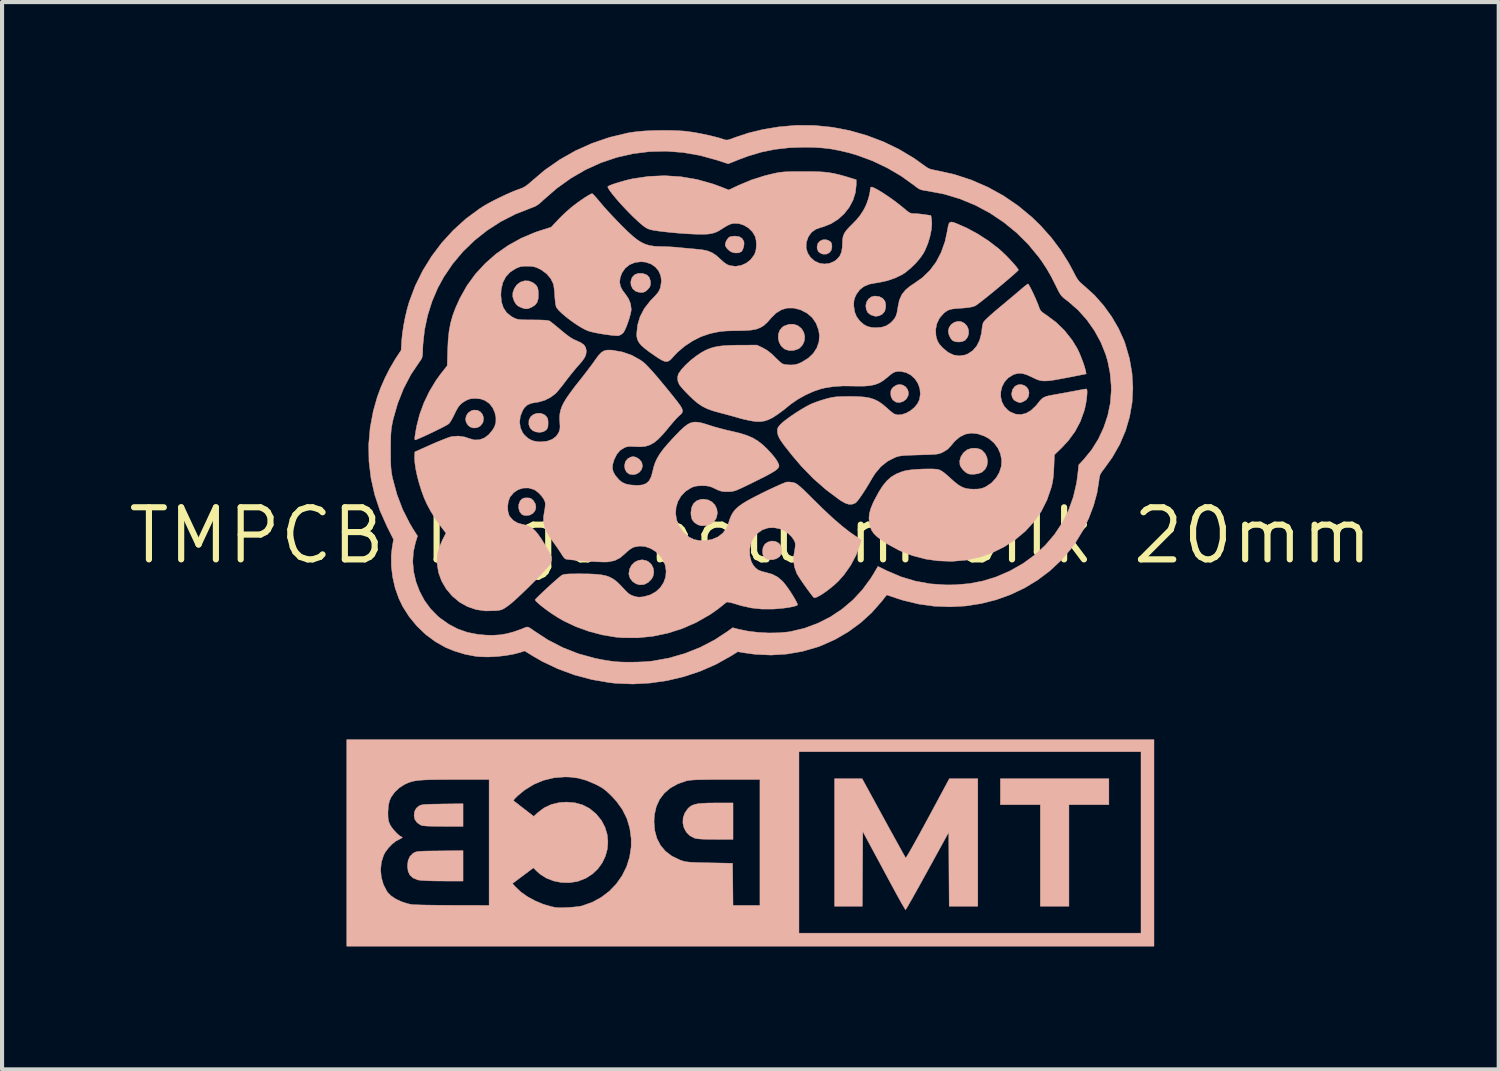
<source format=kicad_pcb>
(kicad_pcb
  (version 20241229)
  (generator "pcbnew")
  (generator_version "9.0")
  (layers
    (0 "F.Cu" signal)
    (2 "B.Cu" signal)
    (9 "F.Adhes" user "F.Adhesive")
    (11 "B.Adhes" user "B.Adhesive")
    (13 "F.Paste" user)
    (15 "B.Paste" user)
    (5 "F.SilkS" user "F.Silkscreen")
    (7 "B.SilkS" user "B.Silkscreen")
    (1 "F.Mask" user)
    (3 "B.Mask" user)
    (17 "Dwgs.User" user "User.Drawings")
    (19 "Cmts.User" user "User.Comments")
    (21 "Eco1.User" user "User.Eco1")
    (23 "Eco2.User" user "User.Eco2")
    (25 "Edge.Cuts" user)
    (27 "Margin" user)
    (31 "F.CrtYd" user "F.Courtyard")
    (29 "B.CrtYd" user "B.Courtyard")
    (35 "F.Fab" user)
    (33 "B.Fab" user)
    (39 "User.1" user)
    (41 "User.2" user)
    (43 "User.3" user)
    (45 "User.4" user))
  (footprint "TMPCB Logo bottom silk 20mm"
    (layer "F.Cu")
    (at 15.247 10.01)
    (property "Reference" "TMPCB Logo bottom silk 20mm" (at 0 0 0) (layer "F.SilkS") (effects (font (size 1.27 1.27) (thickness 0.15))))
    (attr through_hole)
    (fp_poly (pts (xy 8.742 6.562) (xy 7.768 6.562) (xy 7.768 9.038) (xy 7.07 9.038) (xy 7.07 6.562) (xy 6.096 6.562) (xy 6.096 5.927) (xy 8.742 5.927) (xy 8.742 6.562)) (stroke (width 0.01) (type solid)) (fill yes) (layer "B.SilkS"))
    (fp_poly (pts (xy -6.653 -3.056) (xy -6.581 -3.016) (xy -6.53 -2.952) (xy -6.506 -2.872) (xy -6.515 -2.783) (xy -6.529 -2.746) (xy -6.584 -2.674) (xy -6.659 -2.633) (xy -6.744 -2.623) (xy -6.828 -2.647) (xy -6.881 -2.687) (xy -6.93 -2.762) (xy -6.944 -2.844) (xy -6.926 -2.925) (xy -6.879 -2.994) (xy -6.806 -3.044) (xy -6.741 -3.062) (xy -6.653 -3.056)) (stroke (width 0.01) (type solid)) (fill yes) (layer "B.SilkS"))
    (fp_poly (pts (xy 1.912 -7.193) (xy 1.959 -7.161) (xy 1.982 -7.119) (xy 1.989 -7.052) (xy 1.989 -7.042) (xy 1.972 -6.958) (xy 1.924 -6.897) (xy 1.854 -6.864) (xy 1.769 -6.864) (xy 1.724 -6.878) (xy 1.661 -6.922) (xy 1.63 -6.991) (xy 1.626 -7.042) (xy 1.644 -7.12) (xy 1.692 -7.178) (xy 1.762 -7.212) (xy 1.843 -7.216) (xy 1.912 -7.193)) (stroke (width 0.01) (type solid)) (fill yes) (layer "B.SilkS"))
    (fp_poly (pts (xy 0.607 0.14) (xy 0.686 0.18) (xy 0.725 0.221) (xy 0.758 0.298) (xy 0.767 0.386) (xy 0.753 0.454) (xy 0.706 0.518) (xy 0.631 0.564) (xy 0.542 0.589) (xy 0.453 0.589) (xy 0.392 0.568) (xy 0.334 0.523) (xy 0.304 0.462) (xy 0.296 0.382) (xy 0.311 0.281) (xy 0.357 0.206) (xy 0.424 0.159) (xy 0.515 0.132) (xy 0.607 0.14)) (stroke (width 0.01) (type solid)) (fill yes) (layer "B.SilkS"))
    (fp_poly (pts (xy -5.383 -0.916) (xy -5.336 -0.896) (xy -5.29 -0.852) (xy -5.241 -0.77) (xy -5.229 -0.687) (xy -5.25 -0.609) (xy -5.301 -0.544) (xy -5.377 -0.501) (xy -5.465 -0.488) (xy -5.524 -0.496) (xy -5.569 -0.514) (xy -5.623 -0.58) (xy -5.649 -0.665) (xy -5.648 -0.756) (xy -5.617 -0.839) (xy -5.6 -0.861) (xy -5.559 -0.9) (xy -5.511 -0.917) (xy -5.451 -0.921) (xy -5.383 -0.916)) (stroke (width 0.01) (type solid)) (fill yes) (layer "B.SilkS"))
    (fp_poly (pts (xy -2.781 -1.908) (xy -2.711 -1.863) (xy -2.658 -1.801) (xy -2.647 -1.78) (xy -2.631 -1.695) (xy -2.651 -1.617) (xy -2.699 -1.552) (xy -2.768 -1.506) (xy -2.85 -1.485) (xy -2.94 -1.497) (xy -2.956 -1.503) (xy -3.019 -1.549) (xy -3.057 -1.621) (xy -3.068 -1.707) (xy -3.049 -1.796) (xy -3.039 -1.817) (xy -2.985 -1.879) (xy -2.908 -1.918) (xy -2.851 -1.926) (xy -2.781 -1.908)) (stroke (width 0.01) (type solid)) (fill yes) (layer "B.SilkS"))
    (fp_poly (pts (xy 3.722 -3.668) (xy 3.785 -3.627) (xy 3.831 -3.568) (xy 3.854 -3.497) (xy 3.849 -3.418) (xy 3.808 -3.34) (xy 3.794 -3.323) (xy 3.723 -3.27) (xy 3.64 -3.245) (xy 3.558 -3.253) (xy 3.545 -3.258) (xy 3.472 -3.309) (xy 3.431 -3.388) (xy 3.422 -3.464) (xy 3.427 -3.532) (xy 3.448 -3.579) (xy 3.489 -3.623) (xy 3.568 -3.672) (xy 3.648 -3.685) (xy 3.722 -3.668)) (stroke (width 0.01) (type solid)) (fill yes) (layer "B.SilkS"))
    (fp_poly (pts (xy -2.535 0.611) (xy -2.487 0.635) (xy -2.413 0.704) (xy -2.368 0.794) (xy -2.354 0.894) (xy -2.374 0.993) (xy -2.408 1.057) (xy -2.493 1.143) (xy -2.59 1.192) (xy -2.695 1.201) (xy -2.784 1.177) (xy -2.872 1.119) (xy -2.934 1.039) (xy -2.962 0.946) (xy -2.963 0.924) (xy -2.945 0.814) (xy -2.896 0.721) (xy -2.824 0.65) (xy -2.734 0.605) (xy -2.636 0.59) (xy -2.535 0.611)) (stroke (width 0.01) (type solid)) (fill yes) (layer "B.SilkS"))
    (fp_poly (pts (xy 5.134 -5.219) (xy 5.219 -5.179) (xy 5.281 -5.111) (xy 5.317 -5.028) (xy 5.324 -4.937) (xy 5.302 -4.849) (xy 5.247 -4.774) (xy 5.233 -4.762) (xy 5.166 -4.731) (xy 5.081 -4.72) (xy 4.995 -4.729) (xy 4.934 -4.755) (xy 4.883 -4.811) (xy 4.844 -4.891) (xy 4.826 -4.977) (xy 4.826 -4.989) (xy 4.846 -5.075) (xy 4.897 -5.148) (xy 4.972 -5.2) (xy 5.059 -5.225) (xy 5.134 -5.219)) (stroke (width 0.01) (type solid)) (fill yes) (layer "B.SilkS"))
    (fp_poly (pts (xy -1.03 -0.87) (xy -0.935 -0.82) (xy -0.863 -0.744) (xy -0.818 -0.651) (xy -0.804 -0.547) (xy -0.827 -0.439) (xy -0.844 -0.402) (xy -0.908 -0.324) (xy -0.997 -0.269) (xy -1.101 -0.24) (xy -1.206 -0.241) (xy -1.29 -0.269) (xy -1.373 -0.327) (xy -1.424 -0.399) (xy -1.447 -0.496) (xy -1.45 -0.559) (xy -1.433 -0.684) (xy -1.386 -0.781) (xy -1.311 -0.848) (xy -1.209 -0.884) (xy -1.143 -0.889) (xy -1.03 -0.87)) (stroke (width 0.01) (type solid)) (fill yes) (layer "B.SilkS"))
    (fp_poly (pts (xy 1.159 -5.119) (xy 1.246 -5.048) (xy 1.303 -4.955) (xy 1.326 -4.852) (xy 1.316 -4.748) (xy 1.275 -4.653) (xy 1.206 -4.577) (xy 1.163 -4.55) (xy 1.055 -4.515) (xy 0.945 -4.512) (xy 0.845 -4.544) (xy 0.823 -4.557) (xy 0.748 -4.628) (xy 0.7 -4.719) (xy 0.679 -4.819) (xy 0.685 -4.919) (xy 0.719 -5.01) (xy 0.78 -5.083) (xy 0.82 -5.109) (xy 0.94 -5.152) (xy 1.055 -5.155) (xy 1.159 -5.119)) (stroke (width 0.01) (type solid)) (fill yes) (layer "B.SilkS"))
    (fp_poly (pts (xy 3.146 -5.827) (xy 3.229 -5.783) (xy 3.283 -5.713) (xy 3.302 -5.619) (xy 3.302 -5.615) (xy 3.295 -5.542) (xy 3.278 -5.477) (xy 3.272 -5.464) (xy 3.217 -5.4) (xy 3.139 -5.359) (xy 3.054 -5.347) (xy 3.037 -5.35) (xy 2.933 -5.383) (xy 2.862 -5.44) (xy 2.824 -5.524) (xy 2.815 -5.61) (xy 2.834 -5.696) (xy 2.882 -5.771) (xy 2.952 -5.822) (xy 3.034 -5.842) (xy 3.034 -5.842) (xy 3.146 -5.827)) (stroke (width 0.01) (type solid)) (fill yes) (layer "B.SilkS"))
    (fp_poly (pts (xy 6.678 -3.662) (xy 6.741 -3.617) (xy 6.782 -3.549) (xy 6.795 -3.478) (xy 6.777 -3.382) (xy 6.724 -3.309) (xy 6.655 -3.268) (xy 6.607 -3.249) (xy 6.58 -3.24) (xy 6.578 -3.24) (xy 6.556 -3.247) (xy 6.51 -3.26) (xy 6.504 -3.262) (xy 6.431 -3.303) (xy 6.386 -3.369) (xy 6.37 -3.452) (xy 6.388 -3.545) (xy 6.403 -3.578) (xy 6.457 -3.644) (xy 6.527 -3.678) (xy 6.604 -3.684) (xy 6.678 -3.662)) (stroke (width 0.01) (type solid)) (fill yes) (layer "B.SilkS"))
    (fp_poly (pts (xy -5.034 -2.954) (xy -4.994 -2.923) (xy -4.957 -2.88) (xy -4.938 -2.836) (xy -4.932 -2.773) (xy -4.932 -2.742) (xy -4.935 -2.666) (xy -4.95 -2.616) (xy -4.979 -2.576) (xy -4.984 -2.571) (xy -5.05 -2.532) (xy -5.136 -2.517) (xy -5.229 -2.528) (xy -5.306 -2.56) (xy -5.369 -2.622) (xy -5.402 -2.706) (xy -5.4 -2.804) (xy -5.394 -2.827) (xy -5.354 -2.902) (xy -5.287 -2.954) (xy -5.204 -2.982) (xy -5.116 -2.983) (xy -5.034 -2.954)) (stroke (width 0.01) (type solid)) (fill yes) (layer "B.SilkS"))
    (fp_poly (pts (xy -2.621 -6.392) (xy -2.615 -6.39) (xy -2.524 -6.356) (xy -2.464 -6.293) (xy -2.436 -6.203) (xy -2.434 -6.167) (xy -2.44 -6.099) (xy -2.462 -6.049) (xy -2.506 -5.999) (xy -2.563 -5.951) (xy -2.616 -5.93) (xy -2.66 -5.928) (xy -2.731 -5.937) (xy -2.794 -5.957) (xy -2.799 -5.96) (xy -2.869 -6.02) (xy -2.909 -6.101) (xy -2.916 -6.193) (xy -2.888 -6.286) (xy -2.879 -6.302) (xy -2.818 -6.364) (xy -2.731 -6.395) (xy -2.621 -6.392)) (stroke (width 0.01) (type solid)) (fill yes) (layer "B.SilkS"))
    (fp_poly (pts (xy -0.266 -7.287) (xy -0.197 -7.242) (xy -0.157 -7.167) (xy -0.156 -7.162) (xy -0.154 -7.102) (xy -0.167 -7.029) (xy -0.192 -6.962) (xy -0.219 -6.924) (xy -0.281 -6.896) (xy -0.362 -6.891) (xy -0.442 -6.907) (xy -0.51 -6.945) (xy -0.568 -7) (xy -0.606 -7.058) (xy -0.614 -7.093) (xy -0.6 -7.156) (xy -0.566 -7.222) (xy -0.522 -7.272) (xy -0.509 -7.281) (xy -0.464 -7.294) (xy -0.397 -7.302) (xy -0.365 -7.303) (xy -0.266 -7.287)) (stroke (width 0.01) (type solid)) (fill yes) (layer "B.SilkS"))
    (fp_poly (pts (xy -7.006 7.091) (xy -7.488 7.09) (xy -7.662 7.089) (xy -7.798 7.086) (xy -7.9 7.082) (xy -7.973 7.075) (xy -8.019 7.066) (xy -8.033 7.061) (xy -8.125 7.001) (xy -8.181 6.921) (xy -8.2 6.83) (xy -8.188 6.725) (xy -8.144 6.645) (xy -8.079 6.592) (xy -8.054 6.579) (xy -8.023 6.569) (xy -7.981 6.561) (xy -7.923 6.555) (xy -7.841 6.551) (xy -7.732 6.548) (xy -7.588 6.546) (xy -7.509 6.544) (xy -7.006 6.538) (xy -7.006 7.091)) (stroke (width 0.01) (type solid)) (fill yes) (layer "B.SilkS"))
    (fp_poly (pts (xy -0.423 7.408) (xy -0.852 7.407) (xy -1.023 7.406) (xy -1.155 7.402) (xy -1.254 7.396) (xy -1.324 7.387) (xy -1.362 7.377) (xy -1.476 7.317) (xy -1.562 7.23) (xy -1.619 7.124) (xy -1.646 7.007) (xy -1.64 6.885) (xy -1.6 6.767) (xy -1.525 6.659) (xy -1.518 6.651) (xy -1.472 6.61) (xy -1.42 6.578) (xy -1.355 6.554) (xy -1.273 6.537) (xy -1.167 6.527) (xy -1.031 6.521) (xy -0.86 6.519) (xy -0.832 6.519) (xy -0.423 6.519) (xy -0.423 7.408)) (stroke (width 0.01) (type solid)) (fill yes) (layer "B.SilkS"))
    (fp_poly (pts (xy 5.599 -2.108) (xy 5.648 -2.08) (xy 5.723 -2.002) (xy 5.768 -1.907) (xy 5.784 -1.805) (xy 5.769 -1.706) (xy 5.724 -1.617) (xy 5.65 -1.549) (xy 5.64 -1.543) (xy 5.554 -1.511) (xy 5.45 -1.495) (xy 5.35 -1.499) (xy 5.32 -1.505) (xy 5.256 -1.539) (xy 5.19 -1.598) (xy 5.137 -1.667) (xy 5.11 -1.726) (xy 5.105 -1.826) (xy 5.135 -1.927) (xy 5.195 -2.018) (xy 5.278 -2.088) (xy 5.295 -2.097) (xy 5.394 -2.129) (xy 5.5 -2.132) (xy 5.599 -2.108)) (stroke (width 0.01) (type solid)) (fill yes) (layer "B.SilkS"))
    (fp_poly (pts (xy -7.006 8.424) (xy -7.509 8.423) (xy -7.716 8.421) (xy -7.881 8.416) (xy -8.005 8.409) (xy -8.088 8.4) (xy -8.112 8.394) (xy -8.223 8.349) (xy -8.3 8.281) (xy -8.345 8.187) (xy -8.361 8.064) (xy -8.361 8.053) (xy -8.346 7.924) (xy -8.302 7.824) (xy -8.228 7.75) (xy -8.216 7.742) (xy -8.191 7.728) (xy -8.165 7.716) (xy -8.132 7.708) (xy -8.088 7.701) (xy -8.025 7.697) (xy -7.94 7.693) (xy -7.827 7.691) (xy -7.68 7.689) (xy -7.572 7.688) (xy -7.006 7.681) (xy -7.006 8.424)) (stroke (width 0.01) (type solid)) (fill yes) (layer "B.SilkS"))
    (fp_poly (pts (xy -5.402 -6.209) (xy -5.303 -6.169) (xy -5.237 -6.116) (xy -5.204 -6.076) (xy -5.185 -6.035) (xy -5.174 -5.979) (xy -5.169 -5.899) (xy -5.173 -5.778) (xy -5.2 -5.687) (xy -5.254 -5.619) (xy -5.337 -5.567) (xy -5.34 -5.566) (xy -5.41 -5.537) (xy -5.464 -5.528) (xy -5.521 -5.538) (xy -5.572 -5.555) (xy -5.652 -5.59) (xy -5.707 -5.635) (xy -5.751 -5.704) (xy -5.759 -5.718) (xy -5.794 -5.823) (xy -5.791 -5.928) (xy -5.756 -6.025) (xy -5.69 -6.12) (xy -5.603 -6.183) (xy -5.505 -6.213) (xy -5.402 -6.209)) (stroke (width 0.01) (type solid)) (fill yes) (layer "B.SilkS"))
    (fp_poly (pts (xy 3.248 6.884) (xy 3.349 7.07) (xy 3.445 7.244) (xy 3.533 7.404) (xy 3.611 7.545) (xy 3.677 7.664) (xy 3.729 7.759) (xy 3.766 7.824) (xy 3.785 7.856) (xy 3.787 7.859) (xy 3.8 7.845) (xy 3.831 7.796) (xy 3.878 7.716) (xy 3.939 7.61) (xy 4.012 7.479) (xy 4.096 7.328) (xy 4.188 7.16) (xy 4.286 6.979) (xy 4.328 6.902) (xy 4.852 5.927) (xy 5.546 5.927) (xy 5.546 9.038) (xy 4.848 9.038) (xy 4.842 8.136) (xy 4.837 7.233) (xy 4.318 8.178) (xy 4.217 8.361) (xy 4.122 8.533) (xy 4.035 8.689) (xy 3.958 8.827) (xy 3.892 8.942) (xy 3.841 9.032) (xy 3.805 9.093) (xy 3.787 9.121) (xy 3.785 9.122) (xy 3.771 9.105) (xy 3.741 9.055) (xy 3.696 8.979) (xy 3.642 8.883) (xy 3.58 8.771) (xy 3.561 8.737) (xy 3.494 8.612) (xy 3.411 8.459) (xy 3.319 8.289) (xy 3.223 8.11) (xy 3.128 7.933) (xy 3.047 7.783) (xy 2.741 7.215) (xy 2.73 9.038) (xy 2.053 9.038) (xy 2.053 5.927) (xy 2.725 5.927) (xy 3.248 6.884)) (stroke (width 0.01) (type solid)) (fill yes) (layer "B.SilkS"))
    (fp_poly (pts (xy 9.842 10.012) (xy -9.842 10.012) (xy -9.842 8.146) (xy -9.016 8.146) (xy -8.999 8.331) (xy -8.948 8.509) (xy -8.864 8.671) (xy -8.84 8.705) (xy -8.759 8.786) (xy -8.646 8.862) (xy -8.508 8.926) (xy -8.356 8.975) (xy -8.26 8.995) (xy -8.217 8.999) (xy -8.138 9.002) (xy -8.026 9.006) (xy -7.886 9.009) (xy -7.725 9.011) (xy -7.546 9.013) (xy -7.355 9.014) (xy -7.265 9.015) (xy -6.371 9.017) (xy -6.371 8.484) (xy -5.802 8.484) (xy -5.735 8.559) (xy -5.602 8.686) (xy -5.437 8.803) (xy -5.248 8.906) (xy -5.047 8.99) (xy -4.842 9.049) (xy -4.752 9.067) (xy -4.678 9.073) (xy -4.574 9.073) (xy -4.455 9.068) (xy -4.332 9.06) (xy -4.218 9.048) (xy -4.127 9.034) (xy -4.097 9.026) (xy -3.855 8.94) (xy -3.635 8.82) (xy -3.438 8.67) (xy -3.268 8.493) (xy -3.128 8.293) (xy -3.019 8.075) (xy -2.945 7.84) (xy -2.907 7.595) (xy -2.906 7.388) (xy -2.941 7.134) (xy -2.989 6.972) (xy -2.349 6.972) (xy -2.332 7.189) (xy -2.28 7.382) (xy -2.193 7.551) (xy -2.073 7.694) (xy -1.918 7.813) (xy -1.729 7.905) (xy -1.691 7.92) (xy -1.647 7.934) (xy -1.602 7.946) (xy -1.552 7.955) (xy -1.49 7.962) (xy -1.409 7.967) (xy -1.305 7.972) (xy -1.17 7.975) (xy -0.999 7.979) (xy -0.995 7.979) (xy -0.434 7.99) (xy -0.428 8.504) (xy -0.423 9.017) (xy 0.233 9.017) (xy 0.233 5.948) (xy -0.599 5.948) (xy -0.819 5.948) (xy -1.002 5.949) (xy -1.151 5.951) (xy -1.27 5.953) (xy -1.364 5.957) (xy -1.438 5.962) (xy -1.495 5.968) (xy -1.539 5.976) (xy -1.557 5.98) (xy -1.769 6.053) (xy -1.95 6.154) (xy -2.098 6.28) (xy -2.213 6.432) (xy -2.294 6.608) (xy -2.339 6.807) (xy -2.349 6.972) (xy -2.989 6.972) (xy -3.011 6.899) (xy -3.12 6.68) (xy -3.268 6.475) (xy -3.376 6.358) (xy -3.465 6.271) (xy -3.538 6.207) (xy -3.607 6.156) (xy -3.686 6.11) (xy -3.786 6.059) (xy -3.79 6.057) (xy -3.997 5.97) (xy -4.196 5.914) (xy -4.4 5.888) (xy -4.519 5.884) (xy -4.786 5.905) (xy -5.04 5.966) (xy -5.281 6.066) (xy -5.506 6.205) (xy -5.672 6.342) (xy -5.726 6.395) (xy -5.764 6.437) (xy -5.779 6.46) (xy -5.779 6.461) (xy -5.759 6.477) (xy -5.712 6.513) (xy -5.644 6.566) (xy -5.561 6.631) (xy -5.524 6.659) (xy -5.281 6.847) (xy -5.187 6.759) (xy -5.03 6.639) (xy -4.853 6.556) (xy -4.655 6.509) (xy -4.487 6.498) (xy -4.278 6.515) (xy -4.092 6.566) (xy -3.924 6.653) (xy -3.771 6.778) (xy -3.759 6.79) (xy -3.633 6.944) (xy -3.545 7.111) (xy -3.492 7.287) (xy -3.474 7.466) (xy -3.488 7.644) (xy -3.535 7.816) (xy -3.612 7.978) (xy -3.718 8.125) (xy -3.851 8.251) (xy -4.011 8.354) (xy -4.197 8.427) (xy -4.224 8.434) (xy -4.414 8.464) (xy -4.608 8.459) (xy -4.797 8.421) (xy -4.974 8.352) (xy -5.129 8.254) (xy -5.195 8.196) (xy -5.291 8.101) (xy -5.546 8.293) (xy -5.802 8.484) (xy -6.371 8.484) (xy -6.371 5.948) (xy -7.202 5.948) (xy -7.437 5.949) (xy -7.634 5.95) (xy -7.797 5.953) (xy -7.932 5.957) (xy -8.043 5.964) (xy -8.134 5.974) (xy -8.21 5.987) (xy -8.276 6.004) (xy -8.336 6.024) (xy -8.394 6.05) (xy -8.44 6.072) (xy -8.563 6.152) (xy -8.673 6.256) (xy -8.758 6.374) (xy -8.798 6.462) (xy -8.825 6.576) (xy -8.836 6.722) (xy -8.837 6.763) (xy -8.835 6.861) (xy -8.828 6.932) (xy -8.813 6.988) (xy -8.788 7.046) (xy -8.78 7.062) (xy -8.742 7.12) (xy -8.689 7.186) (xy -8.63 7.25) (xy -8.573 7.303) (xy -8.527 7.337) (xy -8.506 7.345) (xy -8.486 7.353) (xy -8.498 7.371) (xy -8.535 7.394) (xy -8.562 7.406) (xy -8.647 7.451) (xy -8.738 7.525) (xy -8.826 7.617) (xy -8.901 7.716) (xy -8.943 7.793) (xy -8.997 7.964) (xy -9.016 8.146) (xy -9.842 8.146) (xy -9.842 5.271) (xy 1.185 5.271) (xy 1.185 9.694) (xy 9.525 9.694) (xy 9.525 5.271) (xy 1.185 5.271) (xy -9.842 5.271) (xy -9.842 4.974) (xy 9.842 4.974) (xy 9.842 10.012)) (stroke (width 0.01) (type solid)) (fill yes) (layer "B.SilkS"))
    (fp_poly (pts (xy 1.567 -10.001) (xy 1.994 -9.958) (xy 2.419 -9.877) (xy 2.836 -9.758) (xy 3.241 -9.605) (xy 3.628 -9.418) (xy 3.994 -9.199) (xy 4.235 -9.026) (xy 4.299 -8.98) (xy 4.355 -8.949) (xy 4.42 -8.927) (xy 4.506 -8.909) (xy 4.548 -8.901) (xy 4.976 -8.806) (xy 5.391 -8.67) (xy 5.79 -8.497) (xy 6.171 -8.287) (xy 6.531 -8.041) (xy 6.868 -7.761) (xy 7.08 -7.554) (xy 7.339 -7.264) (xy 7.563 -6.966) (xy 7.762 -6.648) (xy 7.883 -6.422) (xy 7.934 -6.324) (xy 7.977 -6.252) (xy 8.02 -6.196) (xy 8.074 -6.144) (xy 8.146 -6.083) (xy 8.151 -6.079) (xy 8.39 -5.863) (xy 8.61 -5.614) (xy 8.808 -5.341) (xy 8.977 -5.052) (xy 9.111 -4.756) (xy 9.139 -4.678) (xy 9.244 -4.318) (xy 9.306 -3.957) (xy 9.327 -3.598) (xy 9.308 -3.244) (xy 9.247 -2.895) (xy 9.147 -2.555) (xy 9.006 -2.225) (xy 8.826 -1.909) (xy 8.625 -1.63) (xy 8.57 -1.558) (xy 8.536 -1.503) (xy 8.517 -1.45) (xy 8.505 -1.385) (xy 8.501 -1.341) (xy 8.453 -1.042) (xy 8.369 -0.734) (xy 8.253 -0.427) (xy 8.109 -0.128) (xy 7.938 0.154) (xy 7.818 0.322) (xy 7.572 0.607) (xy 7.299 0.862) (xy 7.001 1.086) (xy 6.682 1.279) (xy 6.344 1.439) (xy 5.991 1.566) (xy 5.625 1.658) (xy 5.25 1.716) (xy 4.869 1.737) (xy 4.485 1.722) (xy 4.102 1.669) (xy 3.721 1.577) (xy 3.563 1.527) (xy 3.325 1.446) (xy 3.196 1.61) (xy 2.957 1.881) (xy 2.686 2.127) (xy 2.388 2.345) (xy 2.068 2.531) (xy 1.731 2.682) (xy 1.629 2.719) (xy 1.262 2.825) (xy 0.886 2.889) (xy 0.503 2.913) (xy 0.116 2.895) (xy -0.18 2.854) (xy -0.307 2.831) (xy -0.487 2.943) (xy -0.845 3.142) (xy -1.226 3.308) (xy -1.624 3.44) (xy -2.034 3.537) (xy -2.45 3.596) (xy -2.868 3.619) (xy -3.281 3.602) (xy -3.438 3.585) (xy -3.869 3.51) (xy -4.288 3.398) (xy -4.693 3.249) (xy -5.076 3.067) (xy -5.296 2.94) (xy -5.505 2.812) (xy -5.605 2.846) (xy -5.776 2.891) (xy -5.975 2.926) (xy -6.186 2.949) (xy -6.397 2.959) (xy -6.593 2.954) (xy -6.695 2.944) (xy -6.957 2.894) (xy -7.219 2.814) (xy -7.424 2.731) (xy -7.677 2.589) (xy -7.915 2.413) (xy -8.131 2.206) (xy -8.321 1.975) (xy -8.479 1.726) (xy -8.574 1.527) (xy -8.663 1.274) (xy -8.723 1.009) (xy -8.755 0.742) (xy -8.757 0.484) (xy -8.734 0.284) (xy -8.701 0.093) (xy -8.855 -0.213) (xy -9.029 -0.602) (xy -9.161 -0.999) (xy -9.251 -1.401) (xy -9.3 -1.807) (xy -9.305 -2.085) (xy -8.772 -2.085) (xy -8.772 -1.923) (xy -8.77 -1.795) (xy -8.766 -1.692) (xy -8.759 -1.607) (xy -8.749 -1.53) (xy -8.736 -1.453) (xy -8.724 -1.397) (xy -8.619 -1.008) (xy -8.479 -0.638) (xy -8.303 -0.291) (xy -8.23 -0.169) (xy -8.116 0.011) (xy -8.166 0.17) (xy -8.218 0.4) (xy -8.232 0.64) (xy -8.21 0.884) (xy -8.154 1.126) (xy -8.065 1.36) (xy -7.947 1.582) (xy -7.799 1.784) (xy -7.625 1.962) (xy -7.567 2.011) (xy -7.351 2.163) (xy -7.13 2.279) (xy -6.897 2.36) (xy -6.644 2.409) (xy -6.445 2.427) (xy -6.265 2.43) (xy -6.1 2.419) (xy -5.94 2.392) (xy -5.772 2.347) (xy -5.586 2.281) (xy -5.49 2.242) (xy -5.456 2.23) (xy -5.426 2.23) (xy -5.39 2.244) (xy -5.339 2.277) (xy -5.278 2.321) (xy -4.934 2.545) (xy -4.571 2.732) (xy -4.191 2.881) (xy -3.794 2.99) (xy -3.61 3.027) (xy -3.504 3.045) (xy -3.403 3.06) (xy -3.321 3.071) (xy -3.281 3.075) (xy -3.127 3.084) (xy -2.952 3.086) (xy -2.769 3.084) (xy -2.594 3.077) (xy -2.44 3.065) (xy -2.383 3.058) (xy -1.984 2.986) (xy -1.596 2.874) (xy -1.223 2.726) (xy -0.87 2.542) (xy -0.57 2.346) (xy -0.431 2.246) (xy -0.274 2.286) (xy -0.052 2.331) (xy 0.192 2.36) (xy 0.442 2.374) (xy 0.687 2.37) (xy 0.912 2.35) (xy 0.979 2.34) (xy 1.318 2.259) (xy 1.642 2.139) (xy 1.949 1.984) (xy 2.235 1.794) (xy 2.497 1.572) (xy 2.732 1.32) (xy 2.937 1.041) (xy 3.002 0.936) (xy 3.111 0.75) (xy 3.334 0.86) (xy 3.675 1.005) (xy 4.025 1.11) (xy 4.388 1.176) (xy 4.765 1.202) (xy 4.995 1.2) (xy 5.343 1.17) (xy 5.67 1.107) (xy 5.988 1.009) (xy 6.304 0.873) (xy 6.339 0.856) (xy 6.654 0.677) (xy 6.939 0.469) (xy 7.194 0.233) (xy 7.416 -0.027) (xy 7.604 -0.31) (xy 7.757 -0.615) (xy 7.874 -0.94) (xy 7.954 -1.281) (xy 7.982 -1.487) (xy 8.007 -1.725) (xy 8.134 -1.862) (xy 8.324 -2.095) (xy 8.486 -2.355) (xy 8.616 -2.635) (xy 8.714 -2.928) (xy 8.776 -3.228) (xy 8.8 -3.529) (xy 8.798 -3.662) (xy 8.77 -3.969) (xy 8.713 -4.253) (xy 8.664 -4.419) (xy 8.545 -4.715) (xy 8.39 -4.998) (xy 8.205 -5.261) (xy 7.993 -5.498) (xy 7.759 -5.703) (xy 7.74 -5.718) (xy 7.668 -5.772) (xy 7.616 -5.816) (xy 7.576 -5.86) (xy 7.541 -5.912) (xy 7.503 -5.982) (xy 7.455 -6.08) (xy 7.449 -6.093) (xy 7.336 -6.316) (xy 7.223 -6.512) (xy 7.101 -6.697) (xy 7.039 -6.783) (xy 6.78 -7.098) (xy 6.493 -7.384) (xy 6.179 -7.64) (xy 5.843 -7.865) (xy 5.488 -8.055) (xy 5.117 -8.209) (xy 4.733 -8.325) (xy 4.339 -8.401) (xy 4.325 -8.403) (xy 4.232 -8.417) (xy 4.166 -8.432) (xy 4.113 -8.454) (xy 4.059 -8.49) (xy 3.992 -8.542) (xy 3.68 -8.766) (xy 3.339 -8.966) (xy 2.98 -9.137) (xy 2.612 -9.273) (xy 2.413 -9.332) (xy 2.187 -9.386) (xy 1.98 -9.426) (xy 1.777 -9.451) (xy 1.562 -9.466) (xy 1.32 -9.47) (xy 1.312 -9.47) (xy 0.947 -9.458) (xy 0.605 -9.419) (xy 0.275 -9.352) (xy -0.052 -9.255) (xy -0.285 -9.168) (xy -0.54 -9.066) (xy -0.815 -9.156) (xy -1.229 -9.27) (xy -1.642 -9.342) (xy -2.054 -9.373) (xy -2.462 -9.363) (xy -2.864 -9.312) (xy -3.258 -9.222) (xy -3.643 -9.092) (xy -4.016 -8.923) (xy -4.375 -8.715) (xy -4.719 -8.469) (xy -5.045 -8.186) (xy -5.08 -8.153) (xy -5.159 -8.083) (xy -5.235 -8.034) (xy -5.329 -7.995) (xy -5.355 -7.986) (xy -5.731 -7.838) (xy -6.087 -7.656) (xy -6.42 -7.441) (xy -6.728 -7.197) (xy -7.009 -6.925) (xy -7.258 -6.628) (xy -7.475 -6.308) (xy -7.62 -6.043) (xy -7.761 -5.714) (xy -7.87 -5.368) (xy -7.945 -5.014) (xy -7.983 -4.663) (xy -7.987 -4.58) (xy -7.99 -4.475) (xy -7.995 -4.403) (xy -8.003 -4.352) (xy -8.018 -4.313) (xy -8.042 -4.275) (xy -8.069 -4.238) (xy -8.278 -3.926) (xy -8.455 -3.588) (xy -8.599 -3.226) (xy -8.709 -2.842) (xy -8.724 -2.773) (xy -8.74 -2.692) (xy -8.753 -2.616) (xy -8.761 -2.537) (xy -8.767 -2.447) (xy -8.77 -2.338) (xy -8.772 -2.2) (xy -8.772 -2.085) (xy -9.305 -2.085) (xy -9.307 -2.216) (xy -9.272 -2.627) (xy -9.195 -3.037) (xy -9.099 -3.376) (xy -9.015 -3.604) (xy -8.91 -3.843) (xy -8.791 -4.078) (xy -8.667 -4.29) (xy -8.642 -4.329) (xy -8.516 -4.52) (xy -8.503 -4.743) (xy -8.486 -4.92) (xy -8.456 -5.121) (xy -8.415 -5.332) (xy -8.366 -5.537) (xy -8.317 -5.705) (xy -8.173 -6.088) (xy -7.99 -6.458) (xy -7.773 -6.81) (xy -7.524 -7.14) (xy -7.245 -7.445) (xy -6.941 -7.721) (xy -6.613 -7.964) (xy -6.488 -8.044) (xy -6.384 -8.104) (xy -6.256 -8.171) (xy -6.115 -8.242) (xy -5.971 -8.31) (xy -5.834 -8.371) (xy -5.715 -8.42) (xy -5.641 -8.446) (xy -5.551 -8.48) (xy -5.477 -8.522) (xy -5.4 -8.581) (xy -5.357 -8.62) (xy -5.015 -8.911) (xy -4.649 -9.166) (xy -4.263 -9.385) (xy -3.857 -9.567) (xy -3.434 -9.711) (xy -2.997 -9.816) (xy -2.9 -9.833) (xy -2.754 -9.852) (xy -2.577 -9.867) (xy -2.38 -9.876) (xy -2.173 -9.881) (xy -1.967 -9.88) (xy -1.773 -9.874) (xy -1.603 -9.863) (xy -1.528 -9.854) (xy -1.375 -9.832) (xy -1.207 -9.801) (xy -1.038 -9.766) (xy -0.879 -9.728) (xy -0.741 -9.691) (xy -0.661 -9.665) (xy -0.618 -9.651) (xy -0.582 -9.645) (xy -0.542 -9.65) (xy -0.487 -9.666) (xy -0.406 -9.696) (xy -0.378 -9.707) (xy -0.047 -9.817) (xy 0.311 -9.904) (xy 0.688 -9.966) (xy 1.074 -10.001) (xy 1.143 -10.005) (xy 1.567 -10.001)) (stroke (width 0.01) (type solid)) (fill yes) (layer "B.SilkS"))
    (fp_poly (pts (xy 1.499 -8.877) (xy 1.664 -8.873) (xy 1.804 -8.864) (xy 1.931 -8.849) (xy 2.052 -8.827) (xy 2.178 -8.797) (xy 2.318 -8.758) (xy 2.408 -8.731) (xy 2.582 -8.677) (xy 2.582 -8.556) (xy 2.561 -8.363) (xy 2.502 -8.177) (xy 2.409 -8.003) (xy 2.286 -7.847) (xy 2.137 -7.712) (xy 1.967 -7.605) (xy 1.779 -7.53) (xy 1.725 -7.516) (xy 1.594 -7.469) (xy 1.494 -7.398) (xy 1.42 -7.297) (xy 1.41 -7.279) (xy 1.364 -7.145) (xy 1.36 -7.014) (xy 1.397 -6.89) (xy 1.462 -6.789) (xy 1.561 -6.699) (xy 1.678 -6.643) (xy 1.803 -6.623) (xy 1.929 -6.638) (xy 2.048 -6.689) (xy 2.113 -6.739) (xy 2.18 -6.816) (xy 2.221 -6.911) (xy 2.241 -7.031) (xy 2.244 -7.112) (xy 2.248 -7.217) (xy 2.263 -7.302) (xy 2.295 -7.377) (xy 2.348 -7.452) (xy 2.428 -7.538) (xy 2.475 -7.584) (xy 2.589 -7.701) (xy 2.677 -7.809) (xy 2.751 -7.922) (xy 2.8 -8.013) (xy 2.839 -8.103) (xy 2.875 -8.207) (xy 2.903 -8.31) (xy 2.919 -8.398) (xy 2.921 -8.431) (xy 2.929 -8.477) (xy 2.942 -8.499) (xy 2.974 -8.496) (xy 3.033 -8.471) (xy 3.114 -8.427) (xy 3.212 -8.368) (xy 3.32 -8.297) (xy 3.434 -8.219) (xy 3.548 -8.136) (xy 3.655 -8.052) (xy 3.729 -7.992) (xy 3.805 -7.928) (xy 3.86 -7.887) (xy 3.903 -7.864) (xy 3.944 -7.855) (xy 3.987 -7.853) (xy 4.058 -7.85) (xy 4.15 -7.841) (xy 4.243 -7.829) (xy 4.402 -7.806) (xy 4.416 -7.731) (xy 4.425 -7.604) (xy 4.412 -7.454) (xy 4.379 -7.29) (xy 4.329 -7.126) (xy 4.265 -6.97) (xy 4.218 -6.88) (xy 4.134 -6.76) (xy 4.024 -6.633) (xy 3.9 -6.514) (xy 3.775 -6.412) (xy 3.703 -6.365) (xy 3.531 -6.282) (xy 3.336 -6.215) (xy 3.133 -6.171) (xy 3.069 -6.162) (xy 2.906 -6.132) (xy 2.775 -6.079) (xy 2.671 -6) (xy 2.59 -5.892) (xy 2.556 -5.823) (xy 2.53 -5.749) (xy 2.521 -5.668) (xy 2.523 -5.59) (xy 2.544 -5.451) (xy 2.59 -5.337) (xy 2.668 -5.235) (xy 2.681 -5.221) (xy 2.771 -5.144) (xy 2.862 -5.097) (xy 2.969 -5.074) (xy 3.069 -5.07) (xy 3.205 -5.081) (xy 3.316 -5.117) (xy 3.413 -5.182) (xy 3.465 -5.232) (xy 3.515 -5.291) (xy 3.55 -5.356) (xy 3.575 -5.436) (xy 3.594 -5.543) (xy 3.599 -5.581) (xy 3.633 -5.742) (xy 3.693 -5.876) (xy 3.784 -5.991) (xy 3.911 -6.094) (xy 3.974 -6.134) (xy 4.192 -6.287) (xy 4.377 -6.466) (xy 4.531 -6.673) (xy 4.654 -6.909) (xy 4.747 -7.173) (xy 4.805 -7.444) (xy 4.823 -7.545) (xy 4.842 -7.609) (xy 4.869 -7.641) (xy 4.91 -7.647) (xy 4.971 -7.631) (xy 5.017 -7.614) (xy 5.276 -7.501) (xy 5.541 -7.358) (xy 5.8 -7.191) (xy 6.039 -7.009) (xy 6.088 -6.967) (xy 6.16 -6.901) (xy 6.239 -6.825) (xy 6.318 -6.743) (xy 6.392 -6.663) (xy 6.456 -6.59) (xy 6.505 -6.53) (xy 6.532 -6.489) (xy 6.536 -6.475) (xy 6.516 -6.453) (xy 6.468 -6.408) (xy 6.397 -6.344) (xy 6.307 -6.267) (xy 6.204 -6.179) (xy 6.092 -6.085) (xy 5.977 -5.99) (xy 5.863 -5.896) (xy 5.755 -5.809) (xy 5.658 -5.732) (xy 5.577 -5.669) (xy 5.517 -5.625) (xy 5.483 -5.603) (xy 5.482 -5.602) (xy 5.413 -5.579) (xy 5.321 -5.561) (xy 5.198 -5.549) (xy 5.144 -5.545) (xy 5.018 -5.536) (xy 4.925 -5.525) (xy 4.855 -5.508) (xy 4.798 -5.483) (xy 4.746 -5.446) (xy 4.711 -5.417) (xy 4.613 -5.304) (xy 4.548 -5.171) (xy 4.518 -5.024) (xy 4.526 -4.874) (xy 4.539 -4.815) (xy 4.567 -4.738) (xy 4.607 -4.671) (xy 4.668 -4.6) (xy 4.695 -4.573) (xy 4.823 -4.468) (xy 4.955 -4.404) (xy 5.091 -4.383) (xy 5.228 -4.403) (xy 5.304 -4.432) (xy 5.422 -4.51) (xy 5.518 -4.621) (xy 5.589 -4.761) (xy 5.633 -4.926) (xy 5.643 -5.003) (xy 5.653 -5.084) (xy 5.667 -5.156) (xy 5.678 -5.193) (xy 5.703 -5.228) (xy 5.76 -5.287) (xy 5.845 -5.366) (xy 5.957 -5.464) (xy 6.073 -5.562) (xy 6.191 -5.66) (xy 6.309 -5.759) (xy 6.419 -5.851) (xy 6.513 -5.931) (xy 6.584 -5.991) (xy 6.599 -6.005) (xy 6.667 -6.062) (xy 6.724 -6.107) (xy 6.761 -6.134) (xy 6.771 -6.138) (xy 6.786 -6.12) (xy 6.814 -6.071) (xy 6.852 -5.999) (xy 6.894 -5.912) (xy 6.937 -5.819) (xy 6.977 -5.726) (xy 7.012 -5.643) (xy 7.036 -5.578) (xy 7.036 -5.577) (xy 7.056 -5.523) (xy 7.082 -5.481) (xy 7.122 -5.443) (xy 7.186 -5.398) (xy 7.225 -5.372) (xy 7.454 -5.201) (xy 7.663 -4.997) (xy 7.844 -4.769) (xy 7.965 -4.572) (xy 8.011 -4.479) (xy 8.059 -4.365) (xy 8.106 -4.243) (xy 8.145 -4.128) (xy 8.172 -4.032) (xy 8.177 -4.009) (xy 8.189 -3.943) (xy 7.741 -3.855) (xy 7.561 -3.821) (xy 7.417 -3.795) (xy 7.301 -3.778) (xy 7.207 -3.771) (xy 7.13 -3.772) (xy 7.062 -3.783) (xy 6.997 -3.803) (xy 6.93 -3.832) (xy 6.867 -3.863) (xy 6.738 -3.922) (xy 6.631 -3.953) (xy 6.536 -3.957) (xy 6.444 -3.935) (xy 6.403 -3.919) (xy 6.286 -3.845) (xy 6.198 -3.748) (xy 6.138 -3.634) (xy 6.107 -3.51) (xy 6.105 -3.383) (xy 6.134 -3.26) (xy 6.193 -3.148) (xy 6.283 -3.054) (xy 6.338 -3.016) (xy 6.467 -2.962) (xy 6.595 -2.951) (xy 6.72 -2.981) (xy 6.843 -3.052) (xy 6.962 -3.165) (xy 7.013 -3.227) (xy 7.064 -3.292) (xy 7.11 -3.339) (xy 7.16 -3.372) (xy 7.223 -3.397) (xy 7.309 -3.417) (xy 7.427 -3.439) (xy 7.429 -3.439) (xy 7.534 -3.458) (xy 7.662 -3.481) (xy 7.797 -3.506) (xy 7.901 -3.525) (xy 8.004 -3.545) (xy 8.093 -3.561) (xy 8.159 -3.572) (xy 8.193 -3.577) (xy 8.195 -3.577) (xy 8.207 -3.558) (xy 8.212 -3.505) (xy 8.208 -3.428) (xy 8.198 -3.334) (xy 8.183 -3.231) (xy 8.161 -3.127) (xy 8.14 -3.042) (xy 8.044 -2.778) (xy 7.915 -2.536) (xy 7.75 -2.311) (xy 7.593 -2.143) (xy 7.414 -1.969) (xy 7.402 -1.667) (xy 7.394 -1.515) (xy 7.382 -1.392) (xy 7.364 -1.284) (xy 7.338 -1.176) (xy 7.335 -1.166) (xy 7.232 -0.868) (xy 7.093 -0.592) (xy 6.918 -0.34) (xy 6.708 -0.11) (xy 6.464 0.095) (xy 6.191 0.273) (xy 5.89 0.422) (xy 5.575 0.53) (xy 5.25 0.599) (xy 4.914 0.628) (xy 4.572 0.615) (xy 4.277 0.573) (xy 3.951 0.488) (xy 3.635 0.364) (xy 3.337 0.202) (xy 3.192 0.105) (xy 3.083 0.022) (xy 3.006 -0.055) (xy 2.954 -0.134) (xy 2.92 -0.227) (xy 2.901 -0.32) (xy 2.892 -0.43) (xy 2.903 -0.54) (xy 2.935 -0.658) (xy 2.991 -0.795) (xy 3.028 -0.87) (xy 3.13 -1.06) (xy 3.228 -1.213) (xy 3.328 -1.335) (xy 3.434 -1.429) (xy 3.552 -1.501) (xy 3.686 -1.555) (xy 3.762 -1.578) (xy 3.842 -1.594) (xy 3.949 -1.607) (xy 4.073 -1.617) (xy 4.205 -1.623) (xy 4.333 -1.626) (xy 4.448 -1.625) (xy 4.539 -1.619) (xy 4.588 -1.611) (xy 4.644 -1.587) (xy 4.712 -1.543) (xy 4.796 -1.473) (xy 4.865 -1.411) (xy 4.98 -1.308) (xy 5.076 -1.233) (xy 5.163 -1.183) (xy 5.249 -1.152) (xy 5.342 -1.137) (xy 5.44 -1.133) (xy 5.538 -1.135) (xy 5.609 -1.143) (xy 5.671 -1.161) (xy 5.74 -1.191) (xy 5.879 -1.283) (xy 5.994 -1.408) (xy 6.072 -1.543) (xy 6.119 -1.691) (xy 6.127 -1.842) (xy 6.099 -1.991) (xy 6.038 -2.131) (xy 5.944 -2.257) (xy 5.822 -2.362) (xy 5.709 -2.425) (xy 5.544 -2.482) (xy 5.389 -2.499) (xy 5.244 -2.474) (xy 5.109 -2.408) (xy 4.983 -2.301) (xy 4.9 -2.201) (xy 4.81 -2.105) (xy 4.703 -2.039) (xy 4.662 -2.019) (xy 4.625 -2.004) (xy 4.584 -1.993) (xy 4.534 -1.985) (xy 4.467 -1.979) (xy 4.376 -1.975) (xy 4.256 -1.971) (xy 4.117 -1.967) (xy 3.96 -1.962) (xy 3.839 -1.958) (xy 3.747 -1.952) (xy 3.677 -1.945) (xy 3.622 -1.936) (xy 3.575 -1.923) (xy 3.531 -1.907) (xy 3.53 -1.907) (xy 3.346 -1.813) (xy 3.183 -1.683) (xy 3.044 -1.518) (xy 2.974 -1.408) (xy 2.892 -1.268) (xy 2.812 -1.136) (xy 2.736 -1.019) (xy 2.668 -0.92) (xy 2.611 -0.845) (xy 2.569 -0.801) (xy 2.557 -0.792) (xy 2.479 -0.764) (xy 2.4 -0.763) (xy 2.312 -0.792) (xy 2.207 -0.852) (xy 2.175 -0.873) (xy 1.845 -1.12) (xy 1.538 -1.389) (xy 1.248 -1.687) (xy 1.025 -1.948) (xy 0.916 -2.085) (xy 0.831 -2.193) (xy 0.768 -2.28) (xy 0.722 -2.349) (xy 0.692 -2.406) (xy 0.673 -2.454) (xy 0.663 -2.501) (xy 0.661 -2.52) (xy 0.658 -2.58) (xy 0.668 -2.624) (xy 0.697 -2.668) (xy 0.732 -2.708) (xy 0.791 -2.764) (xy 0.88 -2.834) (xy 0.988 -2.912) (xy 1.108 -2.993) (xy 1.231 -3.071) (xy 1.349 -3.14) (xy 1.452 -3.195) (xy 1.502 -3.218) (xy 1.598 -3.255) (xy 1.714 -3.295) (xy 1.829 -3.33) (xy 1.862 -3.339) (xy 1.946 -3.36) (xy 2.022 -3.375) (xy 2.1 -3.385) (xy 2.192 -3.39) (xy 2.307 -3.393) (xy 2.413 -3.394) (xy 2.608 -3.391) (xy 2.769 -3.38) (xy 2.904 -3.358) (xy 3.02 -3.322) (xy 3.125 -3.27) (xy 3.227 -3.199) (xy 3.334 -3.108) (xy 3.338 -3.104) (xy 3.403 -3.046) (xy 3.462 -2.998) (xy 3.503 -2.969) (xy 3.507 -2.967) (xy 3.594 -2.943) (xy 3.695 -2.952) (xy 3.801 -2.987) (xy 3.905 -3.046) (xy 3.998 -3.123) (xy 4.073 -3.213) (xy 4.122 -3.313) (xy 4.124 -3.319) (xy 4.145 -3.457) (xy 4.13 -3.592) (xy 4.083 -3.718) (xy 4.009 -3.828) (xy 3.911 -3.916) (xy 3.794 -3.977) (xy 3.663 -4.003) (xy 3.641 -4.004) (xy 3.573 -4.001) (xy 3.516 -3.987) (xy 3.461 -3.957) (xy 3.394 -3.906) (xy 3.343 -3.862) (xy 3.244 -3.783) (xy 3.145 -3.723) (xy 3.037 -3.682) (xy 2.913 -3.656) (xy 2.765 -3.644) (xy 2.587 -3.644) (xy 2.523 -3.646) (xy 2.261 -3.649) (xy 2.03 -3.634) (xy 1.82 -3.601) (xy 1.714 -3.576) (xy 1.535 -3.515) (xy 1.346 -3.429) (xy 1.162 -3.327) (xy 0.999 -3.215) (xy 0.963 -3.187) (xy 0.804 -3.058) (xy 0.668 -2.958) (xy 0.552 -2.882) (xy 0.448 -2.829) (xy 0.351 -2.796) (xy 0.256 -2.78) (xy 0.158 -2.78) (xy 0.068 -2.79) (xy -0.032 -2.808) (xy -0.15 -2.834) (xy -0.264 -2.863) (xy -0.286 -2.87) (xy -0.385 -2.899) (xy -0.509 -2.933) (xy -0.64 -2.968) (xy -0.742 -2.995) (xy -0.913 -3.042) (xy -1.052 -3.093) (xy -1.171 -3.152) (xy -1.282 -3.226) (xy -1.395 -3.322) (xy -1.484 -3.407) (xy -1.564 -3.488) (xy -1.637 -3.566) (xy -1.695 -3.633) (xy -1.73 -3.679) (xy -1.733 -3.683) (xy -1.768 -3.77) (xy -1.775 -3.862) (xy -1.755 -3.942) (xy -1.751 -3.949) (xy -1.677 -4.053) (xy -1.573 -4.165) (xy -1.451 -4.277) (xy -1.318 -4.381) (xy -1.186 -4.469) (xy -1.089 -4.521) (xy -0.994 -4.561) (xy -0.896 -4.592) (xy -0.789 -4.614) (xy -0.664 -4.63) (xy -0.515 -4.639) (xy -0.335 -4.644) (xy -0.243 -4.644) (xy 0.159 -4.646) (xy 0.302 -4.578) (xy 0.413 -4.515) (xy 0.521 -4.429) (xy 0.588 -4.363) (xy 0.656 -4.296) (xy 0.719 -4.239) (xy 0.767 -4.199) (xy 0.783 -4.189) (xy 0.832 -4.175) (xy 0.906 -4.165) (xy 0.976 -4.161) (xy 1.063 -4.165) (xy 1.136 -4.18) (xy 1.215 -4.21) (xy 1.259 -4.232) (xy 1.413 -4.327) (xy 1.534 -4.443) (xy 1.621 -4.577) (xy 1.672 -4.724) (xy 1.684 -4.881) (xy 1.664 -5.013) (xy 1.602 -5.178) (xy 1.509 -5.315) (xy 1.384 -5.423) (xy 1.227 -5.504) (xy 1.221 -5.506) (xy 1.058 -5.548) (xy 0.905 -5.549) (xy 0.762 -5.509) (xy 0.629 -5.428) (xy 0.505 -5.306) (xy 0.498 -5.297) (xy 0.414 -5.201) (xy 0.333 -5.127) (xy 0.246 -5.073) (xy 0.147 -5.035) (xy 0.028 -5.012) (xy -0.118 -5) (xy -0.298 -4.996) (xy -0.304 -4.996) (xy -0.467 -4.994) (xy -0.601 -4.989) (xy -0.716 -4.978) (xy -0.826 -4.96) (xy -0.942 -4.935) (xy -0.995 -4.922) (xy -1.2 -4.852) (xy -1.407 -4.748) (xy -1.603 -4.619) (xy -1.778 -4.47) (xy -1.868 -4.375) (xy -1.93 -4.306) (xy -1.983 -4.262) (xy -2.035 -4.243) (xy -2.092 -4.249) (xy -2.163 -4.28) (xy -2.256 -4.336) (xy -2.325 -4.383) (xy -2.468 -4.482) (xy -2.577 -4.566) (xy -2.658 -4.638) (xy -2.714 -4.705) (xy -2.749 -4.769) (xy -2.767 -4.837) (xy -2.772 -4.912) (xy -2.772 -4.915) (xy -2.751 -5.132) (xy -2.689 -5.339) (xy -2.587 -5.535) (xy -2.443 -5.72) (xy -2.391 -5.774) (xy -2.314 -5.854) (xy -2.261 -5.916) (xy -2.226 -5.97) (xy -2.202 -6.025) (xy -2.191 -6.06) (xy -2.169 -6.203) (xy -2.185 -6.335) (xy -2.236 -6.453) (xy -2.317 -6.551) (xy -2.425 -6.624) (xy -2.557 -6.668) (xy -2.667 -6.678) (xy -2.816 -6.659) (xy -2.946 -6.605) (xy -3.053 -6.519) (xy -3.132 -6.405) (xy -3.174 -6.291) (xy -3.187 -6.18) (xy -3.168 -6.078) (xy -3.114 -5.975) (xy -3.057 -5.902) (xy -2.973 -5.78) (xy -2.921 -5.651) (xy -2.905 -5.524) (xy -2.909 -5.474) (xy -2.927 -5.389) (xy -2.955 -5.289) (xy -2.99 -5.185) (xy -3.027 -5.086) (xy -3.064 -5.005) (xy -3.095 -4.952) (xy -3.1 -4.945) (xy -3.151 -4.903) (xy -3.205 -4.878) (xy -3.205 -4.877) (xy -3.254 -4.874) (xy -3.334 -4.879) (xy -3.437 -4.891) (xy -3.553 -4.907) (xy -3.673 -4.926) (xy -3.786 -4.948) (xy -3.884 -4.97) (xy -3.957 -4.992) (xy -3.965 -4.995) (xy -4.056 -5.037) (xy -4.162 -5.097) (xy -4.276 -5.171) (xy -4.391 -5.253) (xy -4.5 -5.337) (xy -4.596 -5.419) (xy -4.673 -5.494) (xy -4.723 -5.555) (xy -4.736 -5.58) (xy -4.747 -5.627) (xy -4.758 -5.704) (xy -4.767 -5.798) (xy -4.77 -5.853) (xy -4.777 -5.953) (xy -4.788 -6.046) (xy -4.8 -6.118) (xy -4.806 -6.142) (xy -4.87 -6.27) (xy -4.968 -6.384) (xy -5.093 -6.477) (xy -5.126 -6.495) (xy -5.208 -6.534) (xy -5.276 -6.556) (xy -5.351 -6.566) (xy -5.432 -6.569) (xy -5.527 -6.568) (xy -5.598 -6.559) (xy -5.662 -6.539) (xy -5.72 -6.513) (xy -5.859 -6.424) (xy -5.964 -6.311) (xy -6.036 -6.171) (xy -6.076 -6.006) (xy -6.084 -5.863) (xy -6.068 -5.694) (xy -6.021 -5.552) (xy -5.942 -5.436) (xy -5.829 -5.344) (xy -5.757 -5.305) (xy -5.718 -5.288) (xy -5.677 -5.276) (xy -5.626 -5.268) (xy -5.558 -5.263) (xy -5.466 -5.261) (xy -5.34 -5.26) (xy -5.302 -5.26) (xy -5.141 -5.258) (xy -5.02 -5.254) (xy -4.939 -5.245) (xy -4.898 -5.234) (xy -4.866 -5.212) (xy -4.809 -5.167) (xy -4.734 -5.106) (xy -4.649 -5.035) (xy -4.617 -5.008) (xy -4.498 -4.911) (xy -4.401 -4.839) (xy -4.319 -4.789) (xy -4.252 -4.759) (xy -4.137 -4.707) (xy -4.06 -4.652) (xy -4.016 -4.589) (xy -4.001 -4.513) (xy -4.001 -4.505) (xy -4.005 -4.443) (xy -4.02 -4.386) (xy -4.051 -4.326) (xy -4.102 -4.255) (xy -4.178 -4.166) (xy -4.209 -4.132) (xy -4.284 -4.044) (xy -4.371 -3.937) (xy -4.457 -3.828) (xy -4.509 -3.759) (xy -4.579 -3.667) (xy -4.649 -3.58) (xy -4.71 -3.507) (xy -4.75 -3.464) (xy -4.871 -3.372) (xy -5.016 -3.299) (xy -5.171 -3.255) (xy -5.229 -3.247) (xy -5.349 -3.225) (xy -5.438 -3.185) (xy -5.508 -3.12) (xy -5.554 -3.048) (xy -5.609 -2.909) (xy -5.627 -2.768) (xy -5.608 -2.633) (xy -5.553 -2.51) (xy -5.507 -2.451) (xy -5.415 -2.367) (xy -5.312 -2.314) (xy -5.189 -2.29) (xy -5.11 -2.286) (xy -4.96 -2.301) (xy -4.835 -2.346) (xy -4.738 -2.418) (xy -4.682 -2.498) (xy -4.658 -2.551) (xy -4.645 -2.6) (xy -4.641 -2.659) (xy -4.646 -2.743) (xy -4.647 -2.764) (xy -4.652 -2.864) (xy -4.647 -2.957) (xy -4.63 -3.047) (xy -4.6 -3.138) (xy -4.553 -3.237) (xy -4.487 -3.347) (xy -4.399 -3.473) (xy -4.289 -3.621) (xy -4.152 -3.795) (xy -4.14 -3.81) (xy -4.052 -3.922) (xy -3.963 -4.038) (xy -3.881 -4.147) (xy -3.814 -4.239) (xy -3.779 -4.289) (xy -3.703 -4.393) (xy -3.637 -4.463) (xy -3.57 -4.505) (xy -3.494 -4.524) (xy -3.4 -4.524) (xy -3.367 -4.521) (xy -3.119 -4.477) (xy -2.892 -4.398) (xy -2.683 -4.281) (xy -2.606 -4.226) (xy -2.553 -4.179) (xy -2.477 -4.1) (xy -2.381 -3.995) (xy -2.269 -3.866) (xy -2.144 -3.716) (xy -2.007 -3.55) (xy -1.863 -3.371) (xy -1.792 -3.281) (xy -1.718 -3.182) (xy -1.672 -3.107) (xy -1.653 -3.05) (xy -1.661 -3.003) (xy -1.692 -2.961) (xy -1.725 -2.933) (xy -1.764 -2.897) (xy -1.823 -2.835) (xy -1.894 -2.754) (xy -1.972 -2.662) (xy -2.012 -2.612) (xy -2.137 -2.465) (xy -2.247 -2.351) (xy -2.349 -2.267) (xy -2.45 -2.211) (xy -2.554 -2.178) (xy -2.669 -2.165) (xy -2.8 -2.169) (xy -2.808 -2.169) (xy -2.902 -2.175) (xy -2.97 -2.173) (xy -3.025 -2.162) (xy -3.073 -2.143) (xy -3.176 -2.079) (xy -3.256 -1.985) (xy -3.32 -1.856) (xy -3.322 -1.852) (xy -3.356 -1.738) (xy -3.364 -1.642) (xy -3.343 -1.554) (xy -3.291 -1.464) (xy -3.204 -1.363) (xy -3.204 -1.362) (xy -3.129 -1.3) (xy -3.034 -1.258) (xy -2.914 -1.234) (xy -2.762 -1.225) (xy -2.753 -1.225) (xy -2.632 -1.236) (xy -2.539 -1.272) (xy -2.468 -1.338) (xy -2.417 -1.437) (xy -2.383 -1.563) (xy -2.355 -1.68) (xy -2.319 -1.786) (xy -2.271 -1.888) (xy -2.208 -1.992) (xy -2.126 -2.104) (xy -2.021 -2.229) (xy -1.889 -2.374) (xy -1.837 -2.429) (xy -1.717 -2.553) (xy -1.617 -2.646) (xy -1.53 -2.712) (xy -1.449 -2.752) (xy -1.366 -2.769) (xy -1.274 -2.765) (xy -1.166 -2.742) (xy -1.035 -2.702) (xy -1 -2.69) (xy -0.88 -2.653) (xy -0.736 -2.613) (xy -0.587 -2.575) (xy -0.45 -2.543) (xy -0.447 -2.543) (xy -0.249 -2.495) (xy -0.084 -2.443) (xy 0.056 -2.383) (xy 0.18 -2.309) (xy 0.297 -2.218) (xy 0.391 -2.13) (xy 0.503 -2.012) (xy 0.593 -1.904) (xy 0.657 -1.811) (xy 0.692 -1.737) (xy 0.699 -1.702) (xy 0.692 -1.672) (xy 0.672 -1.64) (xy 0.633 -1.604) (xy 0.573 -1.562) (xy 0.487 -1.512) (xy 0.373 -1.45) (xy 0.226 -1.376) (xy 0.085 -1.306) (xy -0.062 -1.234) (xy -0.177 -1.179) (xy -0.265 -1.138) (xy -0.333 -1.109) (xy -0.387 -1.09) (xy -0.432 -1.079) (xy -0.474 -1.073) (xy -0.519 -1.071) (xy -0.55 -1.071) (xy -0.64 -1.072) (xy -0.708 -1.082) (xy -0.775 -1.104) (xy -0.857 -1.142) (xy -0.94 -1.181) (xy -1.007 -1.203) (xy -1.077 -1.213) (xy -1.169 -1.216) (xy -1.175 -1.216) (xy -1.276 -1.213) (xy -1.352 -1.201) (xy -1.419 -1.178) (xy -1.446 -1.166) (xy -1.584 -1.077) (xy -1.692 -0.963) (xy -1.768 -0.831) (xy -1.812 -0.687) (xy -1.822 -0.536) (xy -1.798 -0.383) (xy -1.74 -0.236) (xy -1.645 -0.099) (xy -1.608 -0.06) (xy -1.493 0.037) (xy -1.371 0.096) (xy -1.233 0.123) (xy -1.102 0.122) (xy -0.936 0.093) (xy -0.792 0.032) (xy -0.674 -0.058) (xy -0.586 -0.174) (xy -0.538 -0.289) (xy -0.505 -0.395) (xy -0.468 -0.486) (xy -0.423 -0.565) (xy -0.366 -0.637) (xy -0.292 -0.706) (xy -0.198 -0.774) (xy -0.079 -0.847) (xy 0.069 -0.927) (xy 0.251 -1.019) (xy 0.315 -1.051) (xy 0.453 -1.118) (xy 0.582 -1.178) (xy 0.696 -1.23) (xy 0.79 -1.271) (xy 0.857 -1.297) (xy 0.889 -1.307) (xy 0.958 -1.307) (xy 1.037 -1.296) (xy 1.058 -1.291) (xy 1.092 -1.28) (xy 1.128 -1.26) (xy 1.171 -1.229) (xy 1.225 -1.183) (xy 1.296 -1.118) (xy 1.386 -1.03) (xy 1.5 -0.916) (xy 1.517 -0.899) (xy 1.778 -0.643) (xy 2.015 -0.422) (xy 2.231 -0.236) (xy 2.425 -0.084) (xy 2.527 -0.013) (xy 2.706 0.108) (xy 2.674 0.218) (xy 2.578 0.476) (xy 2.446 0.725) (xy 2.284 0.955) (xy 2.149 1.107) (xy 2.062 1.189) (xy 1.966 1.27) (xy 1.868 1.346) (xy 1.773 1.413) (xy 1.687 1.466) (xy 1.616 1.502) (xy 1.567 1.517) (xy 1.548 1.512) (xy 1.504 1.46) (xy 1.446 1.383) (xy 1.378 1.291) (xy 1.308 1.193) (xy 1.242 1.097) (xy 1.186 1.012) (xy 1.146 0.947) (xy 1.133 0.924) (xy 1.078 0.773) (xy 1.053 0.617) (xy 1.06 0.476) (xy 1.079 0.364) (xy 1.091 0.284) (xy 1.096 0.229) (xy 1.094 0.189) (xy 1.085 0.156) (xy 1.07 0.122) (xy 1.069 0.119) (xy 1.01 0.032) (xy 0.923 -0.052) (xy 0.821 -0.122) (xy 0.734 -0.161) (xy 0.578 -0.194) (xy 0.43 -0.187) (xy 0.293 -0.141) (xy 0.172 -0.055) (xy 0.162 -0.047) (xy 0.068 0.067) (xy 0.01 0.192) (xy -0.016 0.339) (xy -0.013 0.5) (xy 0.023 0.636) (xy 0.069 0.72) (xy 0.125 0.789) (xy 0.191 0.838) (xy 0.277 0.873) (xy 0.378 0.898) (xy 0.533 0.942) (xy 0.661 1.009) (xy 0.775 1.104) (xy 0.807 1.139) (xy 0.857 1.2) (xy 0.914 1.278) (xy 0.974 1.365) (xy 1.031 1.455) (xy 1.082 1.54) (xy 1.122 1.613) (xy 1.147 1.666) (xy 1.151 1.693) (xy 1.151 1.693) (xy 1.112 1.712) (xy 1.039 1.732) (xy 0.94 1.751) (xy 0.822 1.768) (xy 0.695 1.781) (xy 0.564 1.791) (xy 0.54 1.792) (xy 0.277 1.791) (xy 0.029 1.765) (xy -0.22 1.71) (xy -0.349 1.671) (xy -0.437 1.645) (xy -0.511 1.628) (xy -0.562 1.62) (xy -0.577 1.622) (xy -0.606 1.643) (xy -0.656 1.683) (xy -0.709 1.726) (xy -0.776 1.779) (xy -0.863 1.842) (xy -0.957 1.907) (xy -0.995 1.932) (xy -1.319 2.117) (xy -1.661 2.267) (xy -2.017 2.38) (xy -2.382 2.456) (xy -2.752 2.493) (xy -3.12 2.49) (xy -3.288 2.475) (xy -3.611 2.421) (xy -3.935 2.336) (xy -4.249 2.223) (xy -4.541 2.085) (xy -4.699 1.995) (xy -4.807 1.926) (xy -4.915 1.852) (xy -5.017 1.777) (xy -5.107 1.707) (xy -5.18 1.645) (xy -5.229 1.597) (xy -5.249 1.567) (xy -5.249 1.565) (xy -5.234 1.546) (xy -5.193 1.504) (xy -5.132 1.444) (xy -5.056 1.372) (xy -4.972 1.294) (xy -4.884 1.213) (xy -4.799 1.136) (xy -4.721 1.068) (xy -4.658 1.013) (xy -4.615 0.978) (xy -4.604 0.971) (xy -4.577 0.957) (xy -4.544 0.947) (xy -4.498 0.94) (xy -4.433 0.935) (xy -4.342 0.933) (xy -4.218 0.932) (xy -4.138 0.932) (xy -3.935 0.934) (xy -3.767 0.942) (xy -3.629 0.957) (xy -3.514 0.981) (xy -3.416 1.018) (xy -3.329 1.068) (xy -3.245 1.134) (xy -3.16 1.218) (xy -3.113 1.269) (xy -3.039 1.348) (xy -2.981 1.403) (xy -2.931 1.438) (xy -2.879 1.463) (xy -2.844 1.475) (xy -2.77 1.495) (xy -2.706 1.501) (xy -2.632 1.494) (xy -2.589 1.487) (xy -2.434 1.442) (xy -2.301 1.366) (xy -2.194 1.266) (xy -2.115 1.146) (xy -2.067 1.011) (xy -2.054 0.868) (xy -2.077 0.721) (xy -2.118 0.617) (xy -2.201 0.492) (xy -2.307 0.39) (xy -2.43 0.314) (xy -2.562 0.268) (xy -2.697 0.255) (xy -2.827 0.278) (xy -2.87 0.294) (xy -2.932 0.332) (xy -3.003 0.388) (xy -3.048 0.431) (xy -3.173 0.54) (xy -3.309 0.609) (xy -3.464 0.641) (xy -3.532 0.644) (xy -3.615 0.643) (xy -3.721 0.639) (xy -3.842 0.633) (xy -3.973 0.624) (xy -4.104 0.615) (xy -4.229 0.604) (xy -4.34 0.594) (xy -4.429 0.584) (xy -4.49 0.575) (xy -4.511 0.569) (xy -4.541 0.542) (xy -4.58 0.49) (xy -4.605 0.45) (xy -4.645 0.387) (xy -4.701 0.305) (xy -4.763 0.217) (xy -4.789 0.181) (xy -4.895 0.03) (xy -4.971 -0.102) (xy -5.02 -0.221) (xy -5.043 -0.335) (xy -5.044 -0.451) (xy -5.025 -0.575) (xy -5.008 -0.672) (xy -5.001 -0.757) (xy -5.004 -0.811) (xy -5.032 -0.881) (xy -5.087 -0.96) (xy -5.158 -1.037) (xy -5.235 -1.099) (xy -5.28 -1.124) (xy -5.408 -1.161) (xy -5.537 -1.159) (xy -5.66 -1.121) (xy -5.767 -1.051) (xy -5.852 -0.952) (xy -5.868 -0.924) (xy -5.903 -0.826) (xy -5.918 -0.713) (xy -5.912 -0.6) (xy -5.887 -0.503) (xy -5.865 -0.462) (xy -5.783 -0.371) (xy -5.679 -0.309) (xy -5.549 -0.272) (xy -5.461 -0.252) (xy -5.385 -0.222) (xy -5.314 -0.178) (xy -5.246 -0.115) (xy -5.174 -0.029) (xy -5.095 0.085) (xy -5.004 0.231) (xy -4.972 0.285) (xy -4.91 0.394) (xy -4.871 0.478) (xy -4.852 0.545) (xy -4.852 0.605) (xy -4.869 0.664) (xy -4.876 0.683) (xy -4.902 0.721) (xy -4.953 0.784) (xy -5.027 0.865) (xy -5.117 0.962) (xy -5.22 1.068) (xy -5.33 1.179) (xy -5.444 1.292) (xy -5.556 1.4) (xy -5.661 1.499) (xy -5.755 1.585) (xy -5.834 1.653) (xy -5.878 1.688) (xy -5.959 1.747) (xy -6.018 1.785) (xy -6.069 1.808) (xy -6.122 1.821) (xy -6.192 1.83) (xy -6.211 1.831) (xy -6.458 1.837) (xy -6.686 1.804) (xy -6.897 1.732) (xy -7.091 1.623) (xy -7.269 1.474) (xy -7.272 1.471) (xy -7.418 1.298) (xy -7.529 1.107) (xy -7.604 0.902) (xy -7.638 0.689) (xy -7.641 0.612) (xy -7.627 0.446) (xy -7.583 0.28) (xy -7.507 0.104) (xy -7.5 0.091) (xy -7.422 -0.062) (xy -7.518 -0.184) (xy -7.66 -0.381) (xy -7.794 -0.594) (xy -7.884 -0.761) (xy -7.952 -0.911) (xy -8.015 -1.081) (xy -8.072 -1.261) (xy -8.121 -1.442) (xy -8.158 -1.616) (xy -8.181 -1.773) (xy -8.189 -1.903) (xy -8.188 -1.936) (xy -8.181 -2.041) (xy -7.791 -2.216) (xy -7.663 -2.272) (xy -7.541 -2.322) (xy -7.432 -2.365) (xy -7.345 -2.397) (xy -7.287 -2.414) (xy -7.284 -2.415) (xy -7.123 -2.428) (xy -6.96 -2.404) (xy -6.861 -2.369) (xy -6.731 -2.333) (xy -6.606 -2.337) (xy -6.487 -2.381) (xy -6.378 -2.462) (xy -6.282 -2.58) (xy -6.236 -2.661) (xy -6.206 -2.764) (xy -6.205 -2.882) (xy -6.232 -3.003) (xy -6.283 -3.117) (xy -6.355 -3.21) (xy -6.373 -3.227) (xy -6.47 -3.294) (xy -6.571 -3.331) (xy -6.692 -3.344) (xy -6.714 -3.344) (xy -6.805 -3.339) (xy -6.877 -3.321) (xy -6.954 -3.283) (xy -6.957 -3.281) (xy -7.027 -3.236) (xy -7.083 -3.185) (xy -7.132 -3.12) (xy -7.182 -3.03) (xy -7.226 -2.938) (xy -7.268 -2.856) (xy -7.311 -2.782) (xy -7.349 -2.732) (xy -7.353 -2.728) (xy -7.385 -2.706) (xy -7.449 -2.67) (xy -7.537 -2.624) (xy -7.642 -2.572) (xy -7.757 -2.516) (xy -7.874 -2.461) (xy -7.987 -2.409) (xy -8.088 -2.365) (xy -8.165 -2.334) (xy -8.178 -2.335) (xy -8.184 -2.356) (xy -8.182 -2.399) (xy -8.172 -2.471) (xy -8.154 -2.576) (xy -8.135 -2.678) (xy -8.064 -2.955) (xy -7.96 -3.238) (xy -7.827 -3.515) (xy -7.67 -3.776) (xy -7.558 -3.932) (xy -7.392 -4.144) (xy -7.381 -4.532) (xy -7.369 -4.774) (xy -7.347 -4.985) (xy -7.311 -5.177) (xy -7.26 -5.361) (xy -7.19 -5.55) (xy -7.098 -5.754) (xy -7.081 -5.789) (xy -6.911 -6.093) (xy -6.705 -6.376) (xy -6.466 -6.635) (xy -6.199 -6.87) (xy -5.904 -7.076) (xy -5.586 -7.252) (xy -5.248 -7.395) (xy -5.101 -7.444) (xy -4.858 -7.52) (xy -4.679 -7.71) (xy -4.586 -7.804) (xy -4.479 -7.904) (xy -4.374 -7.996) (xy -4.313 -8.045) (xy -4.213 -8.12) (xy -4.113 -8.19) (xy -4.021 -8.252) (xy -3.942 -8.3) (xy -3.885 -8.331) (xy -3.858 -8.34) (xy -3.837 -8.324) (xy -3.796 -8.282) (xy -3.74 -8.218) (xy -3.674 -8.14) (xy -3.66 -8.123) (xy -3.59 -8.04) (xy -3.498 -7.936) (xy -3.39 -7.82) (xy -3.276 -7.7) (xy -3.163 -7.583) (xy -3.144 -7.564) (xy -2.997 -7.419) (xy -2.871 -7.304) (xy -2.76 -7.215) (xy -2.656 -7.149) (xy -2.555 -7.102) (xy -2.449 -7.072) (xy -2.333 -7.055) (xy -2.2 -7.049) (xy -2.142 -7.048) (xy -2.031 -7.045) (xy -1.901 -7.038) (xy -1.779 -7.029) (xy -1.757 -7.026) (xy -1.645 -7.015) (xy -1.512 -7.003) (xy -1.38 -6.991) (xy -1.316 -6.985) (xy -1.162 -6.968) (xy -1.038 -6.94) (xy -0.934 -6.898) (xy -0.838 -6.836) (xy -0.741 -6.75) (xy -0.729 -6.738) (xy -0.643 -6.661) (xy -0.57 -6.611) (xy -0.501 -6.584) (xy -0.364 -6.566) (xy -0.228 -6.587) (xy -0.103 -6.642) (xy 0.006 -6.727) (xy 0.091 -6.84) (xy 0.116 -6.893) (xy 0.139 -6.983) (xy 0.147 -7.092) (xy 0.139 -7.203) (xy 0.117 -7.294) (xy 0.115 -7.298) (xy 0.05 -7.408) (xy -0.043 -7.499) (xy -0.155 -7.567) (xy -0.276 -7.607) (xy -0.398 -7.614) (xy -0.478 -7.598) (xy -0.537 -7.572) (xy -0.613 -7.531) (xy -0.689 -7.482) (xy -0.772 -7.43) (xy -0.852 -7.392) (xy -0.937 -7.367) (xy -1.035 -7.352) (xy -1.156 -7.347) (xy -1.308 -7.349) (xy -1.364 -7.351) (xy -1.529 -7.359) (xy -1.701 -7.371) (xy -1.873 -7.385) (xy -2.038 -7.402) (xy -2.187 -7.419) (xy -2.314 -7.437) (xy -2.41 -7.454) (xy -2.446 -7.463) (xy -2.504 -7.484) (xy -2.563 -7.517) (xy -2.632 -7.569) (xy -2.72 -7.645) (xy -2.745 -7.668) (xy -2.854 -7.77) (xy -2.965 -7.881) (xy -3.073 -7.994) (xy -3.177 -8.106) (xy -3.27 -8.213) (xy -3.351 -8.311) (xy -3.415 -8.394) (xy -3.458 -8.459) (xy -3.477 -8.501) (xy -3.475 -8.513) (xy -3.442 -8.532) (xy -3.375 -8.559) (xy -3.285 -8.59) (xy -3.18 -8.622) (xy -3.068 -8.654) (xy -2.959 -8.682) (xy -2.877 -8.7) (xy -2.484 -8.759) (xy -2.089 -8.776) (xy -1.695 -8.751) (xy -1.304 -8.685) (xy -0.92 -8.577) (xy -0.738 -8.511) (xy -0.527 -8.428) (xy -0.29 -8.54) (xy 0.024 -8.672) (xy 0.356 -8.777) (xy 0.574 -8.83) (xy 0.65 -8.846) (xy 0.721 -8.858) (xy 0.794 -8.866) (xy 0.878 -8.872) (xy 0.979 -8.876) (xy 1.106 -8.878) (xy 1.267 -8.878) (xy 1.302 -8.878) (xy 1.499 -8.877)) (stroke (width 0.01) (type solid)) (fill yes) (layer "B.SilkS")))
  (gr_rect
    (start -3 -3)
    (end 33.495 23.026)
    (stroke (width 0.1) (type default))
    (fill no)
    (layer "Edge.Cuts")))
</source>
